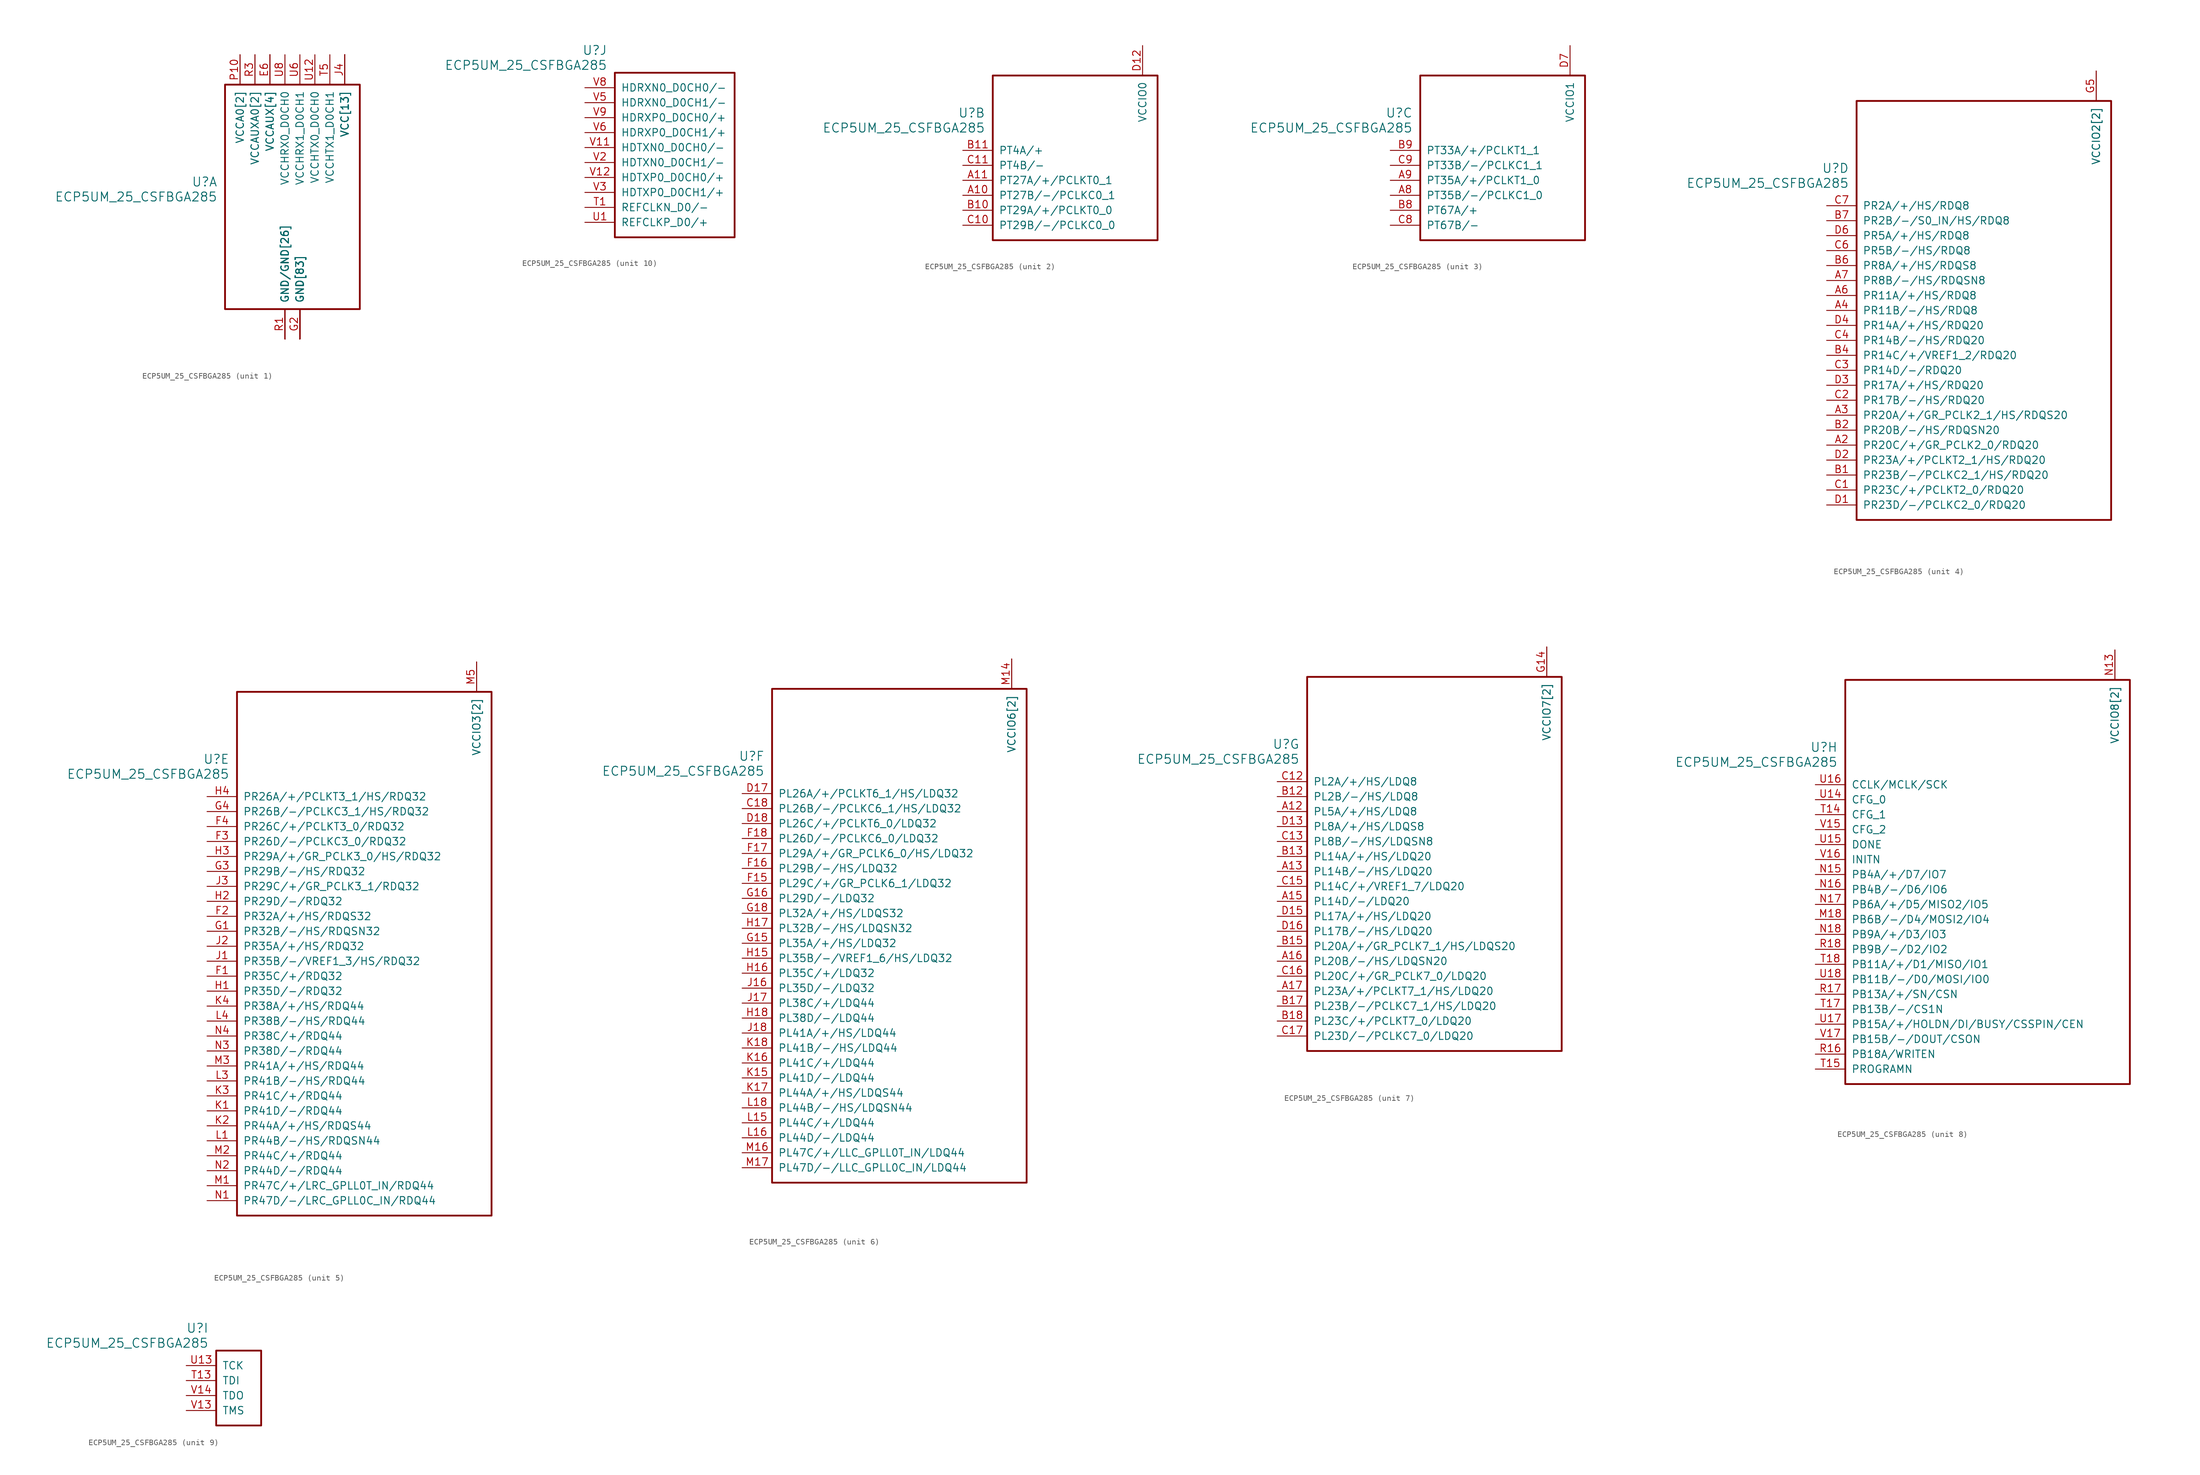
<source format=kicad_sym>
(kicad_symbol_lib
  (version 20211014)
  (generator kicad_symbol_editor)
  (symbol "ECP5UM_25_CSFBGA285"
    (pin_names
      (offset 1.016))
    (property "Reference" "U"
      (at 3.81 6.35 0)
      (effects (font (size 1.524 1.524)) (justify right)))
    (property "Value" "ECP5UM_25_CSFBGA285"
      (at 3.81 3.81 0)
      (effects (font (size 1.524 1.524)) (justify right)))
    (property "ki_locked" ""
      (at 0 0 0)
      (effects (font (size 1.27 1.27))))
    (symbol "ECP5UM_25_CSFBGA285_1_1"
      (rectangle (start 5.08 22.86) (end 27.94 -15.24) (stroke (width 0.305) (type default) (color 0 0 0 0)) (fill (type none)))
      (pin power_in line (at 17.78 -20.32 90) (length 5.08) (name "GND[83]" (effects (font (size 1.27 1.27)))) (number "B16" (effects (font (size 0 0)))))
      (pin power_in line (at 17.78 -20.32 90) (length 5.08) (name "GND[83]" (effects (font (size 1.27 1.27)))) (number "B3" (effects (font (size 0 0)))))
      (pin power_in line (at 25.4 27.94 270) (length 5.08) (name "VCC[13]" (effects (font (size 1.27 1.27)))) (number "D10" (effects (font (size 0 0)))))
      (pin power_in line (at 25.4 27.94 270) (length 5.08) (name "VCC[13]" (effects (font (size 1.27 1.27)))) (number "D11" (effects (font (size 0 0)))))
      (pin power_in line (at 25.4 27.94 270) (length 5.08) (name "VCC[13]" (effects (font (size 1.27 1.27)))) (number "D8" (effects (font (size 0 0)))))
      (pin power_in line (at 25.4 27.94 270) (length 5.08) (name "VCC[13]" (effects (font (size 1.27 1.27)))) (number "D9" (effects (font (size 0 0)))))
      (pin power_in line (at 17.78 -20.32 90) (length 5.08) (name "GND[83]" (effects (font (size 1.27 1.27)))) (number "E10" (effects (font (size 0 0)))))
      (pin power_in line (at 17.78 -20.32 90) (length 5.08) (name "GND[83]" (effects (font (size 1.27 1.27)))) (number "E11" (effects (font (size 0 0)))))
      (pin power_in line (at 17.78 -20.32 90) (length 5.08) (name "GND[83]" (effects (font (size 1.27 1.27)))) (number "E12" (effects (font (size 0 0)))))
      (pin power_in line (at 12.7 27.94 270) (length 5.08) (name "VCCAUX[4]" (effects (font (size 1.27 1.27)))) (number "E13" (effects (font (size 0 0)))))
      (pin power_in line (at 17.78 -20.32 90) (length 5.08) (name "GND[83]" (effects (font (size 1.27 1.27)))) (number "E14" (effects (font (size 0 0)))))
      (pin power_in line (at 17.78 -20.32 90) (length 5.08) (name "GND[83]" (effects (font (size 1.27 1.27)))) (number "E5" (effects (font (size 0 0)))))
      (pin power_in line (at 12.7 27.94 270) (length 5.08) (name "VCCAUX[4]" (effects (font (size 1.27 1.27)))) (number "E6" (effects (font (size 1.27 1.27)))))
      (pin power_in line (at 17.78 -20.32 90) (length 5.08) (name "GND[83]" (effects (font (size 1.27 1.27)))) (number "E7" (effects (font (size 0 0)))))
      (pin power_in line (at 17.78 -20.32 90) (length 5.08) (name "GND[83]" (effects (font (size 1.27 1.27)))) (number "E8" (effects (font (size 0 0)))))
      (pin power_in line (at 17.78 -20.32 90) (length 5.08) (name "GND[83]" (effects (font (size 1.27 1.27)))) (number "E9" (effects (font (size 0 0)))))
      (pin power_in line (at 17.78 -20.32 90) (length 5.08) (name "GND[83]" (effects (font (size 1.27 1.27)))) (number "F10" (effects (font (size 0 0)))))
      (pin power_in line (at 17.78 -20.32 90) (length 5.08) (name "GND[83]" (effects (font (size 1.27 1.27)))) (number "F11" (effects (font (size 0 0)))))
      (pin power_in line (at 17.78 -20.32 90) (length 5.08) (name "GND[83]" (effects (font (size 1.27 1.27)))) (number "F12" (effects (font (size 0 0)))))
      (pin power_in line (at 17.78 -20.32 90) (length 5.08) (name "GND[83]" (effects (font (size 1.27 1.27)))) (number "F13" (effects (font (size 0 0)))))
      (pin power_in line (at 17.78 -20.32 90) (length 5.08) (name "GND[83]" (effects (font (size 1.27 1.27)))) (number "F14" (effects (font (size 0 0)))))
      (pin power_in line (at 17.78 -20.32 90) (length 5.08) (name "GND[83]" (effects (font (size 1.27 1.27)))) (number "F5" (effects (font (size 0 0)))))
      (pin power_in line (at 17.78 -20.32 90) (length 5.08) (name "GND[83]" (effects (font (size 1.27 1.27)))) (number "F6" (effects (font (size 0 0)))))
      (pin power_in line (at 17.78 -20.32 90) (length 5.08) (name "GND[83]" (effects (font (size 1.27 1.27)))) (number "F7" (effects (font (size 0 0)))))
      (pin power_in line (at 17.78 -20.32 90) (length 5.08) (name "GND[83]" (effects (font (size 1.27 1.27)))) (number "F8" (effects (font (size 0 0)))))
      (pin power_in line (at 17.78 -20.32 90) (length 5.08) (name "GND[83]" (effects (font (size 1.27 1.27)))) (number "F9" (effects (font (size 0 0)))))
      (pin power_in line (at 17.78 -20.32 90) (length 5.08) (name "GND[83]" (effects (font (size 1.27 1.27)))) (number "G10" (effects (font (size 0 0)))))
      (pin power_in line (at 17.78 -20.32 90) (length 5.08) (name "GND[83]" (effects (font (size 1.27 1.27)))) (number "G11" (effects (font (size 0 0)))))
      (pin power_in line (at 17.78 -20.32 90) (length 5.08) (name "GND[83]" (effects (font (size 1.27 1.27)))) (number "G12" (effects (font (size 0 0)))))
      (pin power_in line (at 17.78 -20.32 90) (length 5.08) (name "GND[83]" (effects (font (size 1.27 1.27)))) (number "G13" (effects (font (size 0 0)))))
      (pin power_in line (at 17.78 -20.32 90) (length 5.08) (name "GND[83]" (effects (font (size 1.27 1.27)))) (number "G17" (effects (font (size 0 0)))))
      (pin power_in line (at 17.78 -20.32 90) (length 5.08) (name "GND[83]" (effects (font (size 1.27 1.27)))) (number "G2" (effects (font (size 1.27 1.27)))))
      (pin power_in line (at 17.78 -20.32 90) (length 5.08) (name "GND[83]" (effects (font (size 1.27 1.27)))) (number "G6" (effects (font (size 0 0)))))
      (pin power_in line (at 17.78 -20.32 90) (length 5.08) (name "GND[83]" (effects (font (size 1.27 1.27)))) (number "G7" (effects (font (size 0 0)))))
      (pin power_in line (at 17.78 -20.32 90) (length 5.08) (name "GND[83]" (effects (font (size 1.27 1.27)))) (number "G8" (effects (font (size 0 0)))))
      (pin power_in line (at 17.78 -20.32 90) (length 5.08) (name "GND[83]" (effects (font (size 1.27 1.27)))) (number "G9" (effects (font (size 0 0)))))
      (pin power_in line (at 17.78 -20.32 90) (length 5.08) (name "GND[83]" (effects (font (size 1.27 1.27)))) (number "H10" (effects (font (size 0 0)))))
      (pin power_in line (at 17.78 -20.32 90) (length 5.08) (name "GND[83]" (effects (font (size 1.27 1.27)))) (number "H11" (effects (font (size 0 0)))))
      (pin power_in line (at 17.78 -20.32 90) (length 5.08) (name "GND[83]" (effects (font (size 1.27 1.27)))) (number "H12" (effects (font (size 0 0)))))
      (pin power_in line (at 17.78 -20.32 90) (length 5.08) (name "GND[83]" (effects (font (size 1.27 1.27)))) (number "H13" (effects (font (size 0 0)))))
      (pin power_in line (at 17.78 -20.32 90) (length 5.08) (name "GND[83]" (effects (font (size 1.27 1.27)))) (number "H6" (effects (font (size 0 0)))))
      (pin power_in line (at 17.78 -20.32 90) (length 5.08) (name "GND[83]" (effects (font (size 1.27 1.27)))) (number "H7" (effects (font (size 0 0)))))
      (pin power_in line (at 17.78 -20.32 90) (length 5.08) (name "GND[83]" (effects (font (size 1.27 1.27)))) (number "H8" (effects (font (size 0 0)))))
      (pin power_in line (at 17.78 -20.32 90) (length 5.08) (name "GND[83]" (effects (font (size 1.27 1.27)))) (number "H9" (effects (font (size 0 0)))))
      (pin power_in line (at 17.78 -20.32 90) (length 5.08) (name "GND[83]" (effects (font (size 1.27 1.27)))) (number "J10" (effects (font (size 0 0)))))
      (pin power_in line (at 17.78 -20.32 90) (length 5.08) (name "GND[83]" (effects (font (size 1.27 1.27)))) (number "J11" (effects (font (size 0 0)))))
      (pin power_in line (at 17.78 -20.32 90) (length 5.08) (name "GND[83]" (effects (font (size 1.27 1.27)))) (number "J12" (effects (font (size 0 0)))))
      (pin power_in line (at 17.78 -20.32 90) (length 5.08) (name "GND[83]" (effects (font (size 1.27 1.27)))) (number "J13" (effects (font (size 0 0)))))
      (pin power_in line (at 25.4 27.94 270) (length 5.08) (name "VCC[13]" (effects (font (size 1.27 1.27)))) (number "J14" (effects (font (size 0 0)))))
      (pin power_in line (at 25.4 27.94 270) (length 5.08) (name "VCC[13]" (effects (font (size 1.27 1.27)))) (number "J15" (effects (font (size 0 0)))))
      (pin power_in line (at 25.4 27.94 270) (length 5.08) (name "VCC[13]" (effects (font (size 1.27 1.27)))) (number "J4" (effects (font (size 1.27 1.27)))))
      (pin power_in line (at 25.4 27.94 270) (length 5.08) (name "VCC[13]" (effects (font (size 1.27 1.27)))) (number "J5" (effects (font (size 0 0)))))
      (pin power_in line (at 17.78 -20.32 90) (length 5.08) (name "GND[83]" (effects (font (size 1.27 1.27)))) (number "J6" (effects (font (size 0 0)))))
      (pin power_in line (at 17.78 -20.32 90) (length 5.08) (name "GND[83]" (effects (font (size 1.27 1.27)))) (number "J7" (effects (font (size 0 0)))))
      (pin power_in line (at 17.78 -20.32 90) (length 5.08) (name "GND[83]" (effects (font (size 1.27 1.27)))) (number "J8" (effects (font (size 0 0)))))
      (pin power_in line (at 17.78 -20.32 90) (length 5.08) (name "GND[83]" (effects (font (size 1.27 1.27)))) (number "J9" (effects (font (size 0 0)))))
      (pin power_in line (at 17.78 -20.32 90) (length 5.08) (name "GND[83]" (effects (font (size 1.27 1.27)))) (number "K10" (effects (font (size 0 0)))))
      (pin power_in line (at 17.78 -20.32 90) (length 5.08) (name "GND[83]" (effects (font (size 1.27 1.27)))) (number "K11" (effects (font (size 0 0)))))
      (pin power_in line (at 17.78 -20.32 90) (length 5.08) (name "GND[83]" (effects (font (size 1.27 1.27)))) (number "K12" (effects (font (size 0 0)))))
      (pin power_in line (at 17.78 -20.32 90) (length 5.08) (name "GND[83]" (effects (font (size 1.27 1.27)))) (number "K13" (effects (font (size 0 0)))))
      (pin power_in line (at 17.78 -20.32 90) (length 5.08) (name "GND[83]" (effects (font (size 1.27 1.27)))) (number "K14" (effects (font (size 0 0)))))
      (pin power_in line (at 17.78 -20.32 90) (length 5.08) (name "GND[83]" (effects (font (size 1.27 1.27)))) (number "K5" (effects (font (size 0 0)))))
      (pin power_in line (at 17.78 -20.32 90) (length 5.08) (name "GND[83]" (effects (font (size 1.27 1.27)))) (number "K6" (effects (font (size 0 0)))))
      (pin power_in line (at 17.78 -20.32 90) (length 5.08) (name "GND[83]" (effects (font (size 1.27 1.27)))) (number "K7" (effects (font (size 0 0)))))
      (pin power_in line (at 17.78 -20.32 90) (length 5.08) (name "GND[83]" (effects (font (size 1.27 1.27)))) (number "K8" (effects (font (size 0 0)))))
      (pin power_in line (at 17.78 -20.32 90) (length 5.08) (name "GND[83]" (effects (font (size 1.27 1.27)))) (number "K9" (effects (font (size 0 0)))))
      (pin power_in line (at 17.78 -20.32 90) (length 5.08) (name "GND[83]" (effects (font (size 1.27 1.27)))) (number "L10" (effects (font (size 0 0)))))
      (pin power_in line (at 17.78 -20.32 90) (length 5.08) (name "GND[83]" (effects (font (size 1.27 1.27)))) (number "L11" (effects (font (size 0 0)))))
      (pin power_in line (at 17.78 -20.32 90) (length 5.08) (name "GND[83]" (effects (font (size 1.27 1.27)))) (number "L12" (effects (font (size 0 0)))))
      (pin power_in line (at 17.78 -20.32 90) (length 5.08) (name "GND[83]" (effects (font (size 1.27 1.27)))) (number "L13" (effects (font (size 0 0)))))
      (pin power_in line (at 17.78 -20.32 90) (length 5.08) (name "GND[83]" (effects (font (size 1.27 1.27)))) (number "L14" (effects (font (size 0 0)))))
      (pin power_in line (at 17.78 -20.32 90) (length 5.08) (name "GND[83]" (effects (font (size 1.27 1.27)))) (number "L17" (effects (font (size 0 0)))))
      (pin power_in line (at 17.78 -20.32 90) (length 5.08) (name "GND[83]" (effects (font (size 1.27 1.27)))) (number "L2" (effects (font (size 0 0)))))
      (pin power_in line (at 17.78 -20.32 90) (length 5.08) (name "GND[83]" (effects (font (size 1.27 1.27)))) (number "L5" (effects (font (size 0 0)))))
      (pin power_in line (at 17.78 -20.32 90) (length 5.08) (name "GND[83]" (effects (font (size 1.27 1.27)))) (number "L6" (effects (font (size 0 0)))))
      (pin power_in line (at 17.78 -20.32 90) (length 5.08) (name "GND[83]" (effects (font (size 1.27 1.27)))) (number "L7" (effects (font (size 0 0)))))
      (pin power_in line (at 17.78 -20.32 90) (length 5.08) (name "GND[83]" (effects (font (size 1.27 1.27)))) (number "L8" (effects (font (size 0 0)))))
      (pin power_in line (at 17.78 -20.32 90) (length 5.08) (name "GND[83]" (effects (font (size 1.27 1.27)))) (number "L9" (effects (font (size 0 0)))))
      (pin power_in line (at 17.78 -20.32 90) (length 5.08) (name "GND[83]" (effects (font (size 1.27 1.27)))) (number "M10" (effects (font (size 0 0)))))
      (pin power_in line (at 17.78 -20.32 90) (length 5.08) (name "GND[83]" (effects (font (size 1.27 1.27)))) (number "M11" (effects (font (size 0 0)))))
      (pin power_in line (at 17.78 -20.32 90) (length 5.08) (name "GND[83]" (effects (font (size 1.27 1.27)))) (number "M12" (effects (font (size 0 0)))))
      (pin power_in line (at 17.78 -20.32 90) (length 5.08) (name "GND[83]" (effects (font (size 1.27 1.27)))) (number "M13" (effects (font (size 0 0)))))
      (pin power_in line (at 25.4 27.94 270) (length 5.08) (name "VCC[13]" (effects (font (size 1.27 1.27)))) (number "M15" (effects (font (size 0 0)))))
      (pin power_in line (at 25.4 27.94 270) (length 5.08) (name "VCC[13]" (effects (font (size 1.27 1.27)))) (number "M4" (effects (font (size 0 0)))))
      (pin power_in line (at 17.78 -20.32 90) (length 5.08) (name "GND[83]" (effects (font (size 1.27 1.27)))) (number "M6" (effects (font (size 0 0)))))
      (pin power_in line (at 17.78 -20.32 90) (length 5.08) (name "GND[83]" (effects (font (size 1.27 1.27)))) (number "M7" (effects (font (size 0 0)))))
      (pin power_in line (at 17.78 -20.32 90) (length 5.08) (name "GND[83]" (effects (font (size 1.27 1.27)))) (number "M8" (effects (font (size 0 0)))))
      (pin power_in line (at 17.78 -20.32 90) (length 5.08) (name "GND[83]" (effects (font (size 1.27 1.27)))) (number "M9" (effects (font (size 0 0)))))
      (pin power_in line (at 17.78 -20.32 90) (length 5.08) (name "GND[83]" (effects (font (size 1.27 1.27)))) (number "N10" (effects (font (size 0 0)))))
      (pin power_in line (at 17.78 -20.32 90) (length 5.08) (name "GND[83]" (effects (font (size 1.27 1.27)))) (number "N11" (effects (font (size 0 0)))))
      (pin power_in line (at 17.78 -20.32 90) (length 5.08) (name "GND[83]" (effects (font (size 1.27 1.27)))) (number "N12" (effects (font (size 0 0)))))
      (pin power_in line (at 12.7 27.94 270) (length 5.08) (name "VCCAUX[4]" (effects (font (size 1.27 1.27)))) (number "N6" (effects (font (size 0 0)))))
      (pin power_in line (at 17.78 -20.32 90) (length 5.08) (name "GND[83]" (effects (font (size 1.27 1.27)))) (number "N7" (effects (font (size 0 0)))))
      (pin power_in line (at 17.78 -20.32 90) (length 5.08) (name "GND[83]" (effects (font (size 1.27 1.27)))) (number "N8" (effects (font (size 0 0)))))
      (pin power_in line (at 17.78 -20.32 90) (length 5.08) (name "GND[83]" (effects (font (size 1.27 1.27)))) (number "N9" (effects (font (size 0 0)))))
      (pin power_in line (at 7.62 27.94 270) (length 5.08) (name "VCCA0[2]" (effects (font (size 1.27 1.27)))) (number "P10" (effects (font (size 1.27 1.27)))))
      (pin power_in line (at 25.4 27.94 270) (length 5.08) (name "VCC[13]" (effects (font (size 1.27 1.27)))) (number "P11" (effects (font (size 0 0)))))
      (pin power_in line (at 15.24 -20.32 90) (length 5.08) (name "GND/GND[26]" (effects (font (size 1.27 1.27)))) (number "P12" (effects (font (size 0 0)))))
      (pin power_in line (at 12.7 27.94 270) (length 5.08) (name "VCCAUX[4]" (effects (font (size 1.27 1.27)))) (number "P13" (effects (font (size 0 0)))))
      (pin power_in line (at 10.16 27.94 270) (length 5.08) (name "VCCAUXA0[2]" (effects (font (size 1.27 1.27)))) (number "P5" (effects (font (size 0 0)))))
      (pin power_in line (at 15.24 -20.32 90) (length 5.08) (name "GND/GND[26]" (effects (font (size 1.27 1.27)))) (number "P6" (effects (font (size 0 0)))))
      (pin power_in line (at 25.4 27.94 270) (length 5.08) (name "VCC[13]" (effects (font (size 1.27 1.27)))) (number "P7" (effects (font (size 0 0)))))
      (pin power_in line (at 15.24 -20.32 90) (length 5.08) (name "GND/GND[26]" (effects (font (size 1.27 1.27)))) (number "P8" (effects (font (size 0 0)))))
      (pin power_in line (at 25.4 27.94 270) (length 5.08) (name "VCC[13]" (effects (font (size 1.27 1.27)))) (number "P9" (effects (font (size 0 0)))))
      (pin power_in line (at 15.24 -20.32 90) (length 5.08) (name "GND/GND[26]" (effects (font (size 1.27 1.27)))) (number "R1" (effects (font (size 1.27 1.27)))))
      (pin power_in line (at 7.62 27.94 270) (length 5.08) (name "VCCA0[2]" (effects (font (size 1.27 1.27)))) (number "R10" (effects (font (size 0 0)))))
      (pin power_in line (at 15.24 -20.32 90) (length 5.08) (name "GND/GND[26]" (effects (font (size 1.27 1.27)))) (number "R2" (effects (font (size 0 0)))))
      (pin power_in line (at 10.16 27.94 270) (length 5.08) (name "VCCAUXA0[2]" (effects (font (size 1.27 1.27)))) (number "R3" (effects (font (size 1.27 1.27)))))
      (pin power_in line (at 15.24 -20.32 90) (length 5.08) (name "GND/GND[26]" (effects (font (size 1.27 1.27)))) (number "T10" (effects (font (size 0 0)))))
      (pin power_in line (at 15.24 -20.32 90) (length 5.08) (name "GND/GND[26]" (effects (font (size 1.27 1.27)))) (number "T11" (effects (font (size 0 0)))))
      (pin power_in line (at 15.24 -20.32 90) (length 5.08) (name "GND/GND[26]" (effects (font (size 1.27 1.27)))) (number "T12" (effects (font (size 0 0)))))
      (pin power_in line (at 17.78 -20.32 90) (length 5.08) (name "GND[83]" (effects (font (size 1.27 1.27)))) (number "T16" (effects (font (size 0 0)))))
      (pin power_in line (at 15.24 -20.32 90) (length 5.08) (name "GND/GND[26]" (effects (font (size 1.27 1.27)))) (number "T2" (effects (font (size 0 0)))))
      (pin power_in line (at 15.24 -20.32 90) (length 5.08) (name "GND/GND[26]" (effects (font (size 1.27 1.27)))) (number "T3" (effects (font (size 0 0)))))
      (pin power_in line (at 15.24 -20.32 90) (length 5.08) (name "GND/GND[26]" (effects (font (size 1.27 1.27)))) (number "T4" (effects (font (size 0 0)))))
      (pin power_in line (at 22.86 27.94 270) (length 5.08) (name "VCCHTX1_D0CH1" (effects (font (size 1.27 1.27)))) (number "T5" (effects (font (size 1.27 1.27)))))
      (pin power_in line (at 15.24 -20.32 90) (length 5.08) (name "GND/GND[26]" (effects (font (size 1.27 1.27)))) (number "T6" (effects (font (size 0 0)))))
      (pin power_in line (at 15.24 -20.32 90) (length 5.08) (name "GND/GND[26]" (effects (font (size 1.27 1.27)))) (number "T7" (effects (font (size 0 0)))))
      (pin power_in line (at 15.24 -20.32 90) (length 5.08) (name "GND/GND[26]" (effects (font (size 1.27 1.27)))) (number "T8" (effects (font (size 0 0)))))
      (pin power_in line (at 15.24 -20.32 90) (length 5.08) (name "GND/GND[26]" (effects (font (size 1.27 1.27)))) (number "T9" (effects (font (size 0 0)))))
      (pin power_in line (at 15.24 -20.32 90) (length 5.08) (name "GND/GND[26]" (effects (font (size 1.27 1.27)))) (number "U10" (effects (font (size 0 0)))))
      (pin power_in line (at 15.24 -20.32 90) (length 5.08) (name "GND/GND[26]" (effects (font (size 1.27 1.27)))) (number "U11" (effects (font (size 0 0)))))
      (pin power_in line (at 20.32 27.94 270) (length 5.08) (name "VCCHTX0_D0CH0" (effects (font (size 1.27 1.27)))) (number "U12" (effects (font (size 1.27 1.27)))))
      (pin power_in line (at 15.24 -20.32 90) (length 5.08) (name "GND/GND[26]" (effects (font (size 1.27 1.27)))) (number "U2" (effects (font (size 0 0)))))
      (pin power_in line (at 15.24 -20.32 90) (length 5.08) (name "GND/GND[26]" (effects (font (size 1.27 1.27)))) (number "U3" (effects (font (size 0 0)))))
      (pin power_in line (at 15.24 -20.32 90) (length 5.08) (name "GND/GND[26]" (effects (font (size 1.27 1.27)))) (number "U4" (effects (font (size 0 0)))))
      (pin power_in line (at 15.24 -20.32 90) (length 5.08) (name "GND/GND[26]" (effects (font (size 1.27 1.27)))) (number "U5" (effects (font (size 0 0)))))
      (pin power_in line (at 17.78 27.94 270) (length 5.08) (name "VCCHRX1_D0CH1" (effects (font (size 1.27 1.27)))) (number "U6" (effects (font (size 1.27 1.27)))))
      (pin power_in line (at 15.24 -20.32 90) (length 5.08) (name "GND/GND[26]" (effects (font (size 1.27 1.27)))) (number "U7" (effects (font (size 0 0)))))
      (pin power_in line (at 15.24 27.94 270) (length 5.08) (name "VCCHRX0_D0CH0" (effects (font (size 1.27 1.27)))) (number "U8" (effects (font (size 1.27 1.27)))))
      (pin power_in line (at 15.24 -20.32 90) (length 5.08) (name "GND/GND[26]" (effects (font (size 1.27 1.27)))) (number "U9" (effects (font (size 0 0)))))
      (pin power_in line (at 15.24 -20.32 90) (length 5.08) (name "GND/GND[26]" (effects (font (size 1.27 1.27)))) (number "V10" (effects (font (size 0 0)))))
      (pin power_in line (at 15.24 -20.32 90) (length 5.08) (name "GND/GND[26]" (effects (font (size 1.27 1.27)))) (number "V4" (effects (font (size 0 0)))))
      (pin power_in line (at 15.24 -20.32 90) (length 5.08) (name "GND/GND[26]" (effects (font (size 1.27 1.27)))) (number "V7" (effects (font (size 0 0))))))
    (symbol "ECP5UM_25_CSFBGA285_2_1"
      (rectangle (start 5.08 12.7) (end 33.02 -15.24) (stroke (width 0.305) (type default) (color 0 0 0 0)) (fill (type none)))
      (pin bidirectional line (at 0 -7.62 0) (length 5.08) (name "PT27B/-/PCLKC0_1" (effects (font (size 1.27 1.27)))) (number "A10" (effects (font (size 1.27 1.27)))))
      (pin bidirectional line (at 0 -5.08 0) (length 5.08) (name "PT27A/+/PCLKT0_1" (effects (font (size 1.27 1.27)))) (number "A11" (effects (font (size 1.27 1.27)))))
      (pin bidirectional line (at 0 -10.16 0) (length 5.08) (name "PT29A/+/PCLKT0_0" (effects (font (size 1.27 1.27)))) (number "B10" (effects (font (size 1.27 1.27)))))
      (pin bidirectional line (at 0 0 0) (length 5.08) (name "PT4A/+" (effects (font (size 1.27 1.27)))) (number "B11" (effects (font (size 1.27 1.27)))))
      (pin bidirectional line (at 0 -12.7 0) (length 5.08) (name "PT29B/-/PCLKC0_0" (effects (font (size 1.27 1.27)))) (number "C10" (effects (font (size 1.27 1.27)))))
      (pin bidirectional line (at 0 -2.54 0) (length 5.08) (name "PT4B/-" (effects (font (size 1.27 1.27)))) (number "C11" (effects (font (size 1.27 1.27)))))
      (pin power_in line (at 30.48 17.78 270) (length 5.08) (name "VCCIO0" (effects (font (size 1.27 1.27)))) (number "D12" (effects (font (size 1.27 1.27))))))
    (symbol "ECP5UM_25_CSFBGA285_3_1"
      (rectangle (start 5.08 12.7) (end 33.02 -15.24) (stroke (width 0.305) (type default) (color 0 0 0 0)) (fill (type none)))
      (pin bidirectional line (at 0 -7.62 0) (length 5.08) (name "PT35B/-/PCLKC1_0" (effects (font (size 1.27 1.27)))) (number "A8" (effects (font (size 1.27 1.27)))))
      (pin bidirectional line (at 0 -5.08 0) (length 5.08) (name "PT35A/+/PCLKT1_0" (effects (font (size 1.27 1.27)))) (number "A9" (effects (font (size 1.27 1.27)))))
      (pin bidirectional line (at 0 -10.16 0) (length 5.08) (name "PT67A/+" (effects (font (size 1.27 1.27)))) (number "B8" (effects (font (size 1.27 1.27)))))
      (pin bidirectional line (at 0 0 0) (length 5.08) (name "PT33A/+/PCLKT1_1" (effects (font (size 1.27 1.27)))) (number "B9" (effects (font (size 1.27 1.27)))))
      (pin bidirectional line (at 0 -12.7 0) (length 5.08) (name "PT67B/-" (effects (font (size 1.27 1.27)))) (number "C8" (effects (font (size 1.27 1.27)))))
      (pin bidirectional line (at 0 -2.54 0) (length 5.08) (name "PT33B/-/PCLKC1_1" (effects (font (size 1.27 1.27)))) (number "C9" (effects (font (size 1.27 1.27)))))
      (pin power_in line (at 30.48 17.78 270) (length 5.08) (name "VCCIO1" (effects (font (size 1.27 1.27)))) (number "D7" (effects (font (size 1.27 1.27))))))
    (symbol "ECP5UM_25_CSFBGA285_4_1"
      (rectangle (start 5.08 17.78) (end 48.26 -53.34) (stroke (width 0.305) (type default) (color 0 0 0 0)) (fill (type none)))
      (pin bidirectional line (at 0 -40.64 0) (length 5.08) (name "PR20C/+/GR_PCLK2_0/RDQ20" (effects (font (size 1.27 1.27)))) (number "A2" (effects (font (size 1.27 1.27)))))
      (pin bidirectional line (at 0 -35.56 0) (length 5.08) (name "PR20A/+/GR_PCLK2_1/HS/RDQS20" (effects (font (size 1.27 1.27)))) (number "A3" (effects (font (size 1.27 1.27)))))
      (pin bidirectional line (at 0 -17.78 0) (length 5.08) (name "PR11B/-/HS/RDQ8" (effects (font (size 1.27 1.27)))) (number "A4" (effects (font (size 1.27 1.27)))))
      (pin bidirectional line (at 0 -15.24 0) (length 5.08) (name "PR11A/+/HS/RDQ8" (effects (font (size 1.27 1.27)))) (number "A6" (effects (font (size 1.27 1.27)))))
      (pin bidirectional line (at 0 -12.7 0) (length 5.08) (name "PR8B/-/HS/RDQSN8" (effects (font (size 1.27 1.27)))) (number "A7" (effects (font (size 1.27 1.27)))))
      (pin bidirectional line (at 0 -45.72 0) (length 5.08) (name "PR23B/-/PCLKC2_1/HS/RDQ20" (effects (font (size 1.27 1.27)))) (number "B1" (effects (font (size 1.27 1.27)))))
      (pin bidirectional line (at 0 -38.1 0) (length 5.08) (name "PR20B/-/HS/RDQSN20" (effects (font (size 1.27 1.27)))) (number "B2" (effects (font (size 1.27 1.27)))))
      (pin bidirectional line (at 0 -25.4 0) (length 5.08) (name "PR14C/+/VREF1_2/RDQ20" (effects (font (size 1.27 1.27)))) (number "B4" (effects (font (size 1.27 1.27)))))
      (pin bidirectional line (at 0 -10.16 0) (length 5.08) (name "PR8A/+/HS/RDQS8" (effects (font (size 1.27 1.27)))) (number "B6" (effects (font (size 1.27 1.27)))))
      (pin bidirectional line (at 0 -2.54 0) (length 5.08) (name "PR2B/-/S0_IN/HS/RDQ8" (effects (font (size 1.27 1.27)))) (number "B7" (effects (font (size 1.27 1.27)))))
      (pin bidirectional line (at 0 -48.26 0) (length 5.08) (name "PR23C/+/PCLKT2_0/RDQ20" (effects (font (size 1.27 1.27)))) (number "C1" (effects (font (size 1.27 1.27)))))
      (pin bidirectional line (at 0 -33.02 0) (length 5.08) (name "PR17B/-/HS/RDQ20" (effects (font (size 1.27 1.27)))) (number "C2" (effects (font (size 1.27 1.27)))))
      (pin bidirectional line (at 0 -27.94 0) (length 5.08) (name "PR14D/-/RDQ20" (effects (font (size 1.27 1.27)))) (number "C3" (effects (font (size 1.27 1.27)))))
      (pin bidirectional line (at 0 -22.86 0) (length 5.08) (name "PR14B/-/HS/RDQ20" (effects (font (size 1.27 1.27)))) (number "C4" (effects (font (size 1.27 1.27)))))
      (pin bidirectional line (at 0 -7.62 0) (length 5.08) (name "PR5B/-/HS/RDQ8" (effects (font (size 1.27 1.27)))) (number "C6" (effects (font (size 1.27 1.27)))))
      (pin bidirectional line (at 0 0 0) (length 5.08) (name "PR2A/+/HS/RDQ8" (effects (font (size 1.27 1.27)))) (number "C7" (effects (font (size 1.27 1.27)))))
      (pin bidirectional line (at 0 -50.8 0) (length 5.08) (name "PR23D/-/PCLKC2_0/RDQ20" (effects (font (size 1.27 1.27)))) (number "D1" (effects (font (size 1.27 1.27)))))
      (pin bidirectional line (at 0 -43.18 0) (length 5.08) (name "PR23A/+/PCLKT2_1/HS/RDQ20" (effects (font (size 1.27 1.27)))) (number "D2" (effects (font (size 1.27 1.27)))))
      (pin bidirectional line (at 0 -30.48 0) (length 5.08) (name "PR17A/+/HS/RDQ20" (effects (font (size 1.27 1.27)))) (number "D3" (effects (font (size 1.27 1.27)))))
      (pin bidirectional line (at 0 -20.32 0) (length 5.08) (name "PR14A/+/HS/RDQ20" (effects (font (size 1.27 1.27)))) (number "D4" (effects (font (size 1.27 1.27)))))
      (pin bidirectional line (at 0 -5.08 0) (length 5.08) (name "PR5A/+/HS/RDQ8" (effects (font (size 1.27 1.27)))) (number "D6" (effects (font (size 1.27 1.27)))))
      (pin power_in line (at 45.72 22.86 270) (length 5.08) (name "VCCIO2[2]" (effects (font (size 1.27 1.27)))) (number "G5" (effects (font (size 1.27 1.27)))))
      (pin power_in line (at 45.72 22.86 270) (length 5.08) (name "VCCIO2[2]" (effects (font (size 1.27 1.27)))) (number "H5" (effects (font (size 0 0))))))
    (symbol "ECP5UM_25_CSFBGA285_5_1"
      (rectangle (start 5.08 17.78) (end 48.26 -71.12) (stroke (width 0.305) (type default) (color 0 0 0 0)) (fill (type none)))
      (pin bidirectional line (at 0 -30.48 0) (length 5.08) (name "PR35C/+/RDQ32" (effects (font (size 1.27 1.27)))) (number "F1" (effects (font (size 1.27 1.27)))))
      (pin bidirectional line (at 0 -20.32 0) (length 5.08) (name "PR32A/+/HS/RDQS32" (effects (font (size 1.27 1.27)))) (number "F2" (effects (font (size 1.27 1.27)))))
      (pin bidirectional line (at 0 -7.62 0) (length 5.08) (name "PR26D/-/PCLKC3_0/RDQ32" (effects (font (size 1.27 1.27)))) (number "F3" (effects (font (size 1.27 1.27)))))
      (pin bidirectional line (at 0 -5.08 0) (length 5.08) (name "PR26C/+/PCLKT3_0/RDQ32" (effects (font (size 1.27 1.27)))) (number "F4" (effects (font (size 1.27 1.27)))))
      (pin bidirectional line (at 0 -22.86 0) (length 5.08) (name "PR32B/-/HS/RDQSN32" (effects (font (size 1.27 1.27)))) (number "G1" (effects (font (size 1.27 1.27)))))
      (pin bidirectional line (at 0 -12.7 0) (length 5.08) (name "PR29B/-/HS/RDQ32" (effects (font (size 1.27 1.27)))) (number "G3" (effects (font (size 1.27 1.27)))))
      (pin bidirectional line (at 0 -2.54 0) (length 5.08) (name "PR26B/-/PCLKC3_1/HS/RDQ32" (effects (font (size 1.27 1.27)))) (number "G4" (effects (font (size 1.27 1.27)))))
      (pin bidirectional line (at 0 -33.02 0) (length 5.08) (name "PR35D/-/RDQ32" (effects (font (size 1.27 1.27)))) (number "H1" (effects (font (size 1.27 1.27)))))
      (pin bidirectional line (at 0 -17.78 0) (length 5.08) (name "PR29D/-/RDQ32" (effects (font (size 1.27 1.27)))) (number "H2" (effects (font (size 1.27 1.27)))))
      (pin bidirectional line (at 0 -10.16 0) (length 5.08) (name "PR29A/+/GR_PCLK3_0/HS/RDQ32" (effects (font (size 1.27 1.27)))) (number "H3" (effects (font (size 1.27 1.27)))))
      (pin bidirectional line (at 0 0 0) (length 5.08) (name "PR26A/+/PCLKT3_1/HS/RDQ32" (effects (font (size 1.27 1.27)))) (number "H4" (effects (font (size 1.27 1.27)))))
      (pin bidirectional line (at 0 -27.94 0) (length 5.08) (name "PR35B/-/VREF1_3/HS/RDQ32" (effects (font (size 1.27 1.27)))) (number "J1" (effects (font (size 1.27 1.27)))))
      (pin bidirectional line (at 0 -25.4 0) (length 5.08) (name "PR35A/+/HS/RDQ32" (effects (font (size 1.27 1.27)))) (number "J2" (effects (font (size 1.27 1.27)))))
      (pin bidirectional line (at 0 -15.24 0) (length 5.08) (name "PR29C/+/GR_PCLK3_1/RDQ32" (effects (font (size 1.27 1.27)))) (number "J3" (effects (font (size 1.27 1.27)))))
      (pin bidirectional line (at 0 -53.34 0) (length 5.08) (name "PR41D/-/RDQ44" (effects (font (size 1.27 1.27)))) (number "K1" (effects (font (size 1.27 1.27)))))
      (pin bidirectional line (at 0 -55.88 0) (length 5.08) (name "PR44A/+/HS/RDQS44" (effects (font (size 1.27 1.27)))) (number "K2" (effects (font (size 1.27 1.27)))))
      (pin bidirectional line (at 0 -50.8 0) (length 5.08) (name "PR41C/+/RDQ44" (effects (font (size 1.27 1.27)))) (number "K3" (effects (font (size 1.27 1.27)))))
      (pin bidirectional line (at 0 -35.56 0) (length 5.08) (name "PR38A/+/HS/RDQ44" (effects (font (size 1.27 1.27)))) (number "K4" (effects (font (size 1.27 1.27)))))
      (pin bidirectional line (at 0 -58.42 0) (length 5.08) (name "PR44B/-/HS/RDQSN44" (effects (font (size 1.27 1.27)))) (number "L1" (effects (font (size 1.27 1.27)))))
      (pin bidirectional line (at 0 -48.26 0) (length 5.08) (name "PR41B/-/HS/RDQ44" (effects (font (size 1.27 1.27)))) (number "L3" (effects (font (size 1.27 1.27)))))
      (pin bidirectional line (at 0 -38.1 0) (length 5.08) (name "PR38B/-/HS/RDQ44" (effects (font (size 1.27 1.27)))) (number "L4" (effects (font (size 1.27 1.27)))))
      (pin bidirectional line (at 0 -66.04 0) (length 5.08) (name "PR47C/+/LRC_GPLL0T_IN/RDQ44" (effects (font (size 1.27 1.27)))) (number "M1" (effects (font (size 1.27 1.27)))))
      (pin bidirectional line (at 0 -60.96 0) (length 5.08) (name "PR44C/+/RDQ44" (effects (font (size 1.27 1.27)))) (number "M2" (effects (font (size 1.27 1.27)))))
      (pin bidirectional line (at 0 -45.72 0) (length 5.08) (name "PR41A/+/HS/RDQ44" (effects (font (size 1.27 1.27)))) (number "M3" (effects (font (size 1.27 1.27)))))
      (pin power_in line (at 45.72 22.86 270) (length 5.08) (name "VCCIO3[2]" (effects (font (size 1.27 1.27)))) (number "M5" (effects (font (size 1.27 1.27)))))
      (pin bidirectional line (at 0 -68.58 0) (length 5.08) (name "PR47D/-/LRC_GPLL0C_IN/RDQ44" (effects (font (size 1.27 1.27)))) (number "N1" (effects (font (size 1.27 1.27)))))
      (pin bidirectional line (at 0 -63.5 0) (length 5.08) (name "PR44D/-/RDQ44" (effects (font (size 1.27 1.27)))) (number "N2" (effects (font (size 1.27 1.27)))))
      (pin bidirectional line (at 0 -43.18 0) (length 5.08) (name "PR38D/-/RDQ44" (effects (font (size 1.27 1.27)))) (number "N3" (effects (font (size 1.27 1.27)))))
      (pin bidirectional line (at 0 -40.64 0) (length 5.08) (name "PR38C/+/RDQ44" (effects (font (size 1.27 1.27)))) (number "N4" (effects (font (size 1.27 1.27)))))
      (pin power_in line (at 45.72 22.86 270) (length 5.08) (name "VCCIO3[2]" (effects (font (size 1.27 1.27)))) (number "N5" (effects (font (size 0 0))))))
    (symbol "ECP5UM_25_CSFBGA285_6_1"
      (rectangle (start 5.08 17.78) (end 48.26 -66.04) (stroke (width 0.305) (type default) (color 0 0 0 0)) (fill (type none)))
      (pin bidirectional line (at 0 -2.54 0) (length 5.08) (name "PL26B/-/PCLKC6_1/HS/LDQ32" (effects (font (size 1.27 1.27)))) (number "C18" (effects (font (size 1.27 1.27)))))
      (pin bidirectional line (at 0 0 0) (length 5.08) (name "PL26A/+/PCLKT6_1/HS/LDQ32" (effects (font (size 1.27 1.27)))) (number "D17" (effects (font (size 1.27 1.27)))))
      (pin bidirectional line (at 0 -5.08 0) (length 5.08) (name "PL26C/+/PCLKT6_0/LDQ32" (effects (font (size 1.27 1.27)))) (number "D18" (effects (font (size 1.27 1.27)))))
      (pin bidirectional line (at 0 -15.24 0) (length 5.08) (name "PL29C/+/GR_PCLK6_1/LDQ32" (effects (font (size 1.27 1.27)))) (number "F15" (effects (font (size 1.27 1.27)))))
      (pin bidirectional line (at 0 -12.7 0) (length 5.08) (name "PL29B/-/HS/LDQ32" (effects (font (size 1.27 1.27)))) (number "F16" (effects (font (size 1.27 1.27)))))
      (pin bidirectional line (at 0 -10.16 0) (length 5.08) (name "PL29A/+/GR_PCLK6_0/HS/LDQ32" (effects (font (size 1.27 1.27)))) (number "F17" (effects (font (size 1.27 1.27)))))
      (pin bidirectional line (at 0 -7.62 0) (length 5.08) (name "PL26D/-/PCLKC6_0/LDQ32" (effects (font (size 1.27 1.27)))) (number "F18" (effects (font (size 1.27 1.27)))))
      (pin bidirectional line (at 0 -25.4 0) (length 5.08) (name "PL35A/+/HS/LDQ32" (effects (font (size 1.27 1.27)))) (number "G15" (effects (font (size 1.27 1.27)))))
      (pin bidirectional line (at 0 -17.78 0) (length 5.08) (name "PL29D/-/LDQ32" (effects (font (size 1.27 1.27)))) (number "G16" (effects (font (size 1.27 1.27)))))
      (pin bidirectional line (at 0 -20.32 0) (length 5.08) (name "PL32A/+/HS/LDQS32" (effects (font (size 1.27 1.27)))) (number "G18" (effects (font (size 1.27 1.27)))))
      (pin bidirectional line (at 0 -27.94 0) (length 5.08) (name "PL35B/-/VREF1_6/HS/LDQ32" (effects (font (size 1.27 1.27)))) (number "H15" (effects (font (size 1.27 1.27)))))
      (pin bidirectional line (at 0 -30.48 0) (length 5.08) (name "PL35C/+/LDQ32" (effects (font (size 1.27 1.27)))) (number "H16" (effects (font (size 1.27 1.27)))))
      (pin bidirectional line (at 0 -22.86 0) (length 5.08) (name "PL32B/-/HS/LDQSN32" (effects (font (size 1.27 1.27)))) (number "H17" (effects (font (size 1.27 1.27)))))
      (pin bidirectional line (at 0 -38.1 0) (length 5.08) (name "PL38D/-/LDQ44" (effects (font (size 1.27 1.27)))) (number "H18" (effects (font (size 1.27 1.27)))))
      (pin bidirectional line (at 0 -33.02 0) (length 5.08) (name "PL35D/-/LDQ32" (effects (font (size 1.27 1.27)))) (number "J16" (effects (font (size 1.27 1.27)))))
      (pin bidirectional line (at 0 -35.56 0) (length 5.08) (name "PL38C/+/LDQ44" (effects (font (size 1.27 1.27)))) (number "J17" (effects (font (size 1.27 1.27)))))
      (pin bidirectional line (at 0 -40.64 0) (length 5.08) (name "PL41A/+/HS/LDQ44" (effects (font (size 1.27 1.27)))) (number "J18" (effects (font (size 1.27 1.27)))))
      (pin bidirectional line (at 0 -48.26 0) (length 5.08) (name "PL41D/-/LDQ44" (effects (font (size 1.27 1.27)))) (number "K15" (effects (font (size 1.27 1.27)))))
      (pin bidirectional line (at 0 -45.72 0) (length 5.08) (name "PL41C/+/LDQ44" (effects (font (size 1.27 1.27)))) (number "K16" (effects (font (size 1.27 1.27)))))
      (pin bidirectional line (at 0 -50.8 0) (length 5.08) (name "PL44A/+/HS/LDQS44" (effects (font (size 1.27 1.27)))) (number "K17" (effects (font (size 1.27 1.27)))))
      (pin bidirectional line (at 0 -43.18 0) (length 5.08) (name "PL41B/-/HS/LDQ44" (effects (font (size 1.27 1.27)))) (number "K18" (effects (font (size 1.27 1.27)))))
      (pin bidirectional line (at 0 -55.88 0) (length 5.08) (name "PL44C/+/LDQ44" (effects (font (size 1.27 1.27)))) (number "L15" (effects (font (size 1.27 1.27)))))
      (pin bidirectional line (at 0 -58.42 0) (length 5.08) (name "PL44D/-/LDQ44" (effects (font (size 1.27 1.27)))) (number "L16" (effects (font (size 1.27 1.27)))))
      (pin bidirectional line (at 0 -53.34 0) (length 5.08) (name "PL44B/-/HS/LDQSN44" (effects (font (size 1.27 1.27)))) (number "L18" (effects (font (size 1.27 1.27)))))
      (pin power_in line (at 45.72 22.86 270) (length 5.08) (name "VCCIO6[2]" (effects (font (size 1.27 1.27)))) (number "M14" (effects (font (size 1.27 1.27)))))
      (pin bidirectional line (at 0 -60.96 0) (length 5.08) (name "PL47C/+/LLC_GPLL0T_IN/LDQ44" (effects (font (size 1.27 1.27)))) (number "M16" (effects (font (size 1.27 1.27)))))
      (pin bidirectional line (at 0 -63.5 0) (length 5.08) (name "PL47D/-/LLC_GPLL0C_IN/LDQ44" (effects (font (size 1.27 1.27)))) (number "M17" (effects (font (size 1.27 1.27)))))
      (pin power_in line (at 45.72 22.86 270) (length 5.08) (name "VCCIO6[2]" (effects (font (size 1.27 1.27)))) (number "N14" (effects (font (size 0 0))))))
    (symbol "ECP5UM_25_CSFBGA285_7_1"
      (rectangle (start 5.08 17.78) (end 48.26 -45.72) (stroke (width 0.305) (type default) (color 0 0 0 0)) (fill (type none)))
      (pin bidirectional line (at 0 -5.08 0) (length 5.08) (name "PL5A/+/HS/LDQ8" (effects (font (size 1.27 1.27)))) (number "A12" (effects (font (size 1.27 1.27)))))
      (pin bidirectional line (at 0 -15.24 0) (length 5.08) (name "PL14B/-/HS/LDQ20" (effects (font (size 1.27 1.27)))) (number "A13" (effects (font (size 1.27 1.27)))))
      (pin bidirectional line (at 0 -20.32 0) (length 5.08) (name "PL14D/-/LDQ20" (effects (font (size 1.27 1.27)))) (number "A15" (effects (font (size 1.27 1.27)))))
      (pin bidirectional line (at 0 -30.48 0) (length 5.08) (name "PL20B/-/HS/LDQSN20" (effects (font (size 1.27 1.27)))) (number "A16" (effects (font (size 1.27 1.27)))))
      (pin bidirectional line (at 0 -35.56 0) (length 5.08) (name "PL23A/+/PCLKT7_1/HS/LDQ20" (effects (font (size 1.27 1.27)))) (number "A17" (effects (font (size 1.27 1.27)))))
      (pin bidirectional line (at 0 -2.54 0) (length 5.08) (name "PL2B/-/HS/LDQ8" (effects (font (size 1.27 1.27)))) (number "B12" (effects (font (size 1.27 1.27)))))
      (pin bidirectional line (at 0 -12.7 0) (length 5.08) (name "PL14A/+/HS/LDQ20" (effects (font (size 1.27 1.27)))) (number "B13" (effects (font (size 1.27 1.27)))))
      (pin bidirectional line (at 0 -27.94 0) (length 5.08) (name "PL20A/+/GR_PCLK7_1/HS/LDQS20" (effects (font (size 1.27 1.27)))) (number "B15" (effects (font (size 1.27 1.27)))))
      (pin bidirectional line (at 0 -38.1 0) (length 5.08) (name "PL23B/-/PCLKC7_1/HS/LDQ20" (effects (font (size 1.27 1.27)))) (number "B17" (effects (font (size 1.27 1.27)))))
      (pin bidirectional line (at 0 -40.64 0) (length 5.08) (name "PL23C/+/PCLKT7_0/LDQ20" (effects (font (size 1.27 1.27)))) (number "B18" (effects (font (size 1.27 1.27)))))
      (pin bidirectional line (at 0 0 0) (length 5.08) (name "PL2A/+/HS/LDQ8" (effects (font (size 1.27 1.27)))) (number "C12" (effects (font (size 1.27 1.27)))))
      (pin bidirectional line (at 0 -10.16 0) (length 5.08) (name "PL8B/-/HS/LDQSN8" (effects (font (size 1.27 1.27)))) (number "C13" (effects (font (size 1.27 1.27)))))
      (pin bidirectional line (at 0 -17.78 0) (length 5.08) (name "PL14C/+/VREF1_7/LDQ20" (effects (font (size 1.27 1.27)))) (number "C15" (effects (font (size 1.27 1.27)))))
      (pin bidirectional line (at 0 -33.02 0) (length 5.08) (name "PL20C/+/GR_PCLK7_0/LDQ20" (effects (font (size 1.27 1.27)))) (number "C16" (effects (font (size 1.27 1.27)))))
      (pin bidirectional line (at 0 -43.18 0) (length 5.08) (name "PL23D/-/PCLKC7_0/LDQ20" (effects (font (size 1.27 1.27)))) (number "C17" (effects (font (size 1.27 1.27)))))
      (pin bidirectional line (at 0 -7.62 0) (length 5.08) (name "PL8A/+/HS/LDQS8" (effects (font (size 1.27 1.27)))) (number "D13" (effects (font (size 1.27 1.27)))))
      (pin bidirectional line (at 0 -22.86 0) (length 5.08) (name "PL17A/+/HS/LDQ20" (effects (font (size 1.27 1.27)))) (number "D15" (effects (font (size 1.27 1.27)))))
      (pin bidirectional line (at 0 -25.4 0) (length 5.08) (name "PL17B/-/HS/LDQ20" (effects (font (size 1.27 1.27)))) (number "D16" (effects (font (size 1.27 1.27)))))
      (pin power_in line (at 45.72 22.86 270) (length 5.08) (name "VCCIO7[2]" (effects (font (size 1.27 1.27)))) (number "G14" (effects (font (size 1.27 1.27)))))
      (pin power_in line (at 45.72 22.86 270) (length 5.08) (name "VCCIO7[2]" (effects (font (size 1.27 1.27)))) (number "H14" (effects (font (size 0 0))))))
    (symbol "ECP5UM_25_CSFBGA285_8_1"
      (rectangle (start 5.08 17.78) (end 53.34 -50.8) (stroke (width 0.305) (type default) (color 0 0 0 0)) (fill (type none)))
      (pin bidirectional line (at 0 -22.86 0) (length 5.08) (name "PB6B/-/D4/MOSI2/IO4" (effects (font (size 1.27 1.27)))) (number "M18" (effects (font (size 1.27 1.27)))))
      (pin power_in line (at 50.8 22.86 270) (length 5.08) (name "VCCIO8[2]" (effects (font (size 1.27 1.27)))) (number "N13" (effects (font (size 1.27 1.27)))))
      (pin bidirectional line (at 0 -15.24 0) (length 5.08) (name "PB4A/+/D7/IO7" (effects (font (size 1.27 1.27)))) (number "N15" (effects (font (size 1.27 1.27)))))
      (pin bidirectional line (at 0 -17.78 0) (length 5.08) (name "PB4B/-/D6/IO6" (effects (font (size 1.27 1.27)))) (number "N16" (effects (font (size 1.27 1.27)))))
      (pin bidirectional line (at 0 -20.32 0) (length 5.08) (name "PB6A/+/D5/MISO2/IO5" (effects (font (size 1.27 1.27)))) (number "N17" (effects (font (size 1.27 1.27)))))
      (pin bidirectional line (at 0 -25.4 0) (length 5.08) (name "PB9A/+/D3/IO3" (effects (font (size 1.27 1.27)))) (number "N18" (effects (font (size 1.27 1.27)))))
      (pin power_in line (at 50.8 22.86 270) (length 5.08) (name "VCCIO8[2]" (effects (font (size 1.27 1.27)))) (number "P14" (effects (font (size 0 0)))))
      (pin bidirectional line (at 0 -45.72 0) (length 5.08) (name "PB18A/WRITEN" (effects (font (size 1.27 1.27)))) (number "R16" (effects (font (size 1.27 1.27)))))
      (pin bidirectional line (at 0 -35.56 0) (length 5.08) (name "PB13A/+/SN/CSN" (effects (font (size 1.27 1.27)))) (number "R17" (effects (font (size 1.27 1.27)))))
      (pin bidirectional line (at 0 -27.94 0) (length 5.08) (name "PB9B/-/D2/IO2" (effects (font (size 1.27 1.27)))) (number "R18" (effects (font (size 1.27 1.27)))))
      (pin bidirectional line (at 0 -5.08 0) (length 5.08) (name "CFG_1" (effects (font (size 1.27 1.27)))) (number "T14" (effects (font (size 1.27 1.27)))))
      (pin bidirectional line (at 0 -48.26 0) (length 5.08) (name "PROGRAMN" (effects (font (size 1.27 1.27)))) (number "T15" (effects (font (size 1.27 1.27)))))
      (pin bidirectional line (at 0 -38.1 0) (length 5.08) (name "PB13B/-/CS1N" (effects (font (size 1.27 1.27)))) (number "T17" (effects (font (size 1.27 1.27)))))
      (pin bidirectional line (at 0 -30.48 0) (length 5.08) (name "PB11A/+/D1/MISO/IO1" (effects (font (size 1.27 1.27)))) (number "T18" (effects (font (size 1.27 1.27)))))
      (pin bidirectional line (at 0 -2.54 0) (length 5.08) (name "CFG_0" (effects (font (size 1.27 1.27)))) (number "U14" (effects (font (size 1.27 1.27)))))
      (pin bidirectional line (at 0 -10.16 0) (length 5.08) (name "DONE" (effects (font (size 1.27 1.27)))) (number "U15" (effects (font (size 1.27 1.27)))))
      (pin bidirectional line (at 0 0 0) (length 5.08) (name "CCLK/MCLK/SCK" (effects (font (size 1.27 1.27)))) (number "U16" (effects (font (size 1.27 1.27)))))
      (pin bidirectional line (at 0 -40.64 0) (length 5.08) (name "PB15A/+/HOLDN/DI/BUSY/CSSPIN/CEN" (effects (font (size 1.27 1.27)))) (number "U17" (effects (font (size 1.27 1.27)))))
      (pin bidirectional line (at 0 -33.02 0) (length 5.08) (name "PB11B/-/D0/MOSI/IO0" (effects (font (size 1.27 1.27)))) (number "U18" (effects (font (size 1.27 1.27)))))
      (pin bidirectional line (at 0 -7.62 0) (length 5.08) (name "CFG_2" (effects (font (size 1.27 1.27)))) (number "V15" (effects (font (size 1.27 1.27)))))
      (pin bidirectional line (at 0 -12.7 0) (length 5.08) (name "INITN" (effects (font (size 1.27 1.27)))) (number "V16" (effects (font (size 1.27 1.27)))))
      (pin bidirectional line (at 0 -43.18 0) (length 5.08) (name "PB15B/-/DOUT/CSON" (effects (font (size 1.27 1.27)))) (number "V17" (effects (font (size 1.27 1.27))))))
    (symbol "ECP5UM_25_CSFBGA285_9_1"
      (rectangle (start 5.08 2.54) (end 12.7 -10.16) (stroke (width 0.305) (type default) (color 0 0 0 0)) (fill (type none)))
      (pin bidirectional line (at 0 -2.54 0) (length 5.08) (name "TDI" (effects (font (size 1.27 1.27)))) (number "T13" (effects (font (size 1.27 1.27)))))
      (pin bidirectional line (at 0 0 0) (length 5.08) (name "TCK" (effects (font (size 1.27 1.27)))) (number "U13" (effects (font (size 1.27 1.27)))))
      (pin bidirectional line (at 0 -7.62 0) (length 5.08) (name "TMS" (effects (font (size 1.27 1.27)))) (number "V13" (effects (font (size 1.27 1.27)))))
      (pin bidirectional line (at 0 -5.08 0) (length 5.08) (name "TDO" (effects (font (size 1.27 1.27)))) (number "V14" (effects (font (size 1.27 1.27))))))
    (symbol "ECP5UM_25_CSFBGA285_10_1"
      (rectangle (start 5.08 2.54) (end 25.4 -25.4) (stroke (width 0.305) (type default) (color 0 0 0 0)) (fill (type none)))
      (pin bidirectional line (at 0 -20.32 0) (length 5.08) (name "REFCLKN_D0/-" (effects (font (size 1.27 1.27)))) (number "T1" (effects (font (size 1.27 1.27)))))
      (pin bidirectional line (at 0 -22.86 0) (length 5.08) (name "REFCLKP_D0/+" (effects (font (size 1.27 1.27)))) (number "U1" (effects (font (size 1.27 1.27)))))
      (pin bidirectional line (at 0 -10.16 0) (length 5.08) (name "HDTXN0_D0CH0/-" (effects (font (size 1.27 1.27)))) (number "V11" (effects (font (size 1.27 1.27)))))
      (pin bidirectional line (at 0 -15.24 0) (length 5.08) (name "HDTXP0_D0CH0/+" (effects (font (size 1.27 1.27)))) (number "V12" (effects (font (size 1.27 1.27)))))
      (pin bidirectional line (at 0 -12.7 0) (length 5.08) (name "HDTXN0_D0CH1/-" (effects (font (size 1.27 1.27)))) (number "V2" (effects (font (size 1.27 1.27)))))
      (pin bidirectional line (at 0 -17.78 0) (length 5.08) (name "HDTXP0_D0CH1/+" (effects (font (size 1.27 1.27)))) (number "V3" (effects (font (size 1.27 1.27)))))
      (pin bidirectional line (at 0 -2.54 0) (length 5.08) (name "HDRXN0_D0CH1/-" (effects (font (size 1.27 1.27)))) (number "V5" (effects (font (size 1.27 1.27)))))
      (pin bidirectional line (at 0 -7.62 0) (length 5.08) (name "HDRXP0_D0CH1/+" (effects (font (size 1.27 1.27)))) (number "V6" (effects (font (size 1.27 1.27)))))
      (pin bidirectional line (at 0 0 0) (length 5.08) (name "HDRXN0_D0CH0/-" (effects (font (size 1.27 1.27)))) (number "V8" (effects (font (size 1.27 1.27)))))
      (pin bidirectional line (at 0 -5.08 0) (length 5.08) (name "HDRXP0_D0CH0/+" (effects (font (size 1.27 1.27)))) (number "V9" (effects (font (size 1.27 1.27))))))))
</source>
